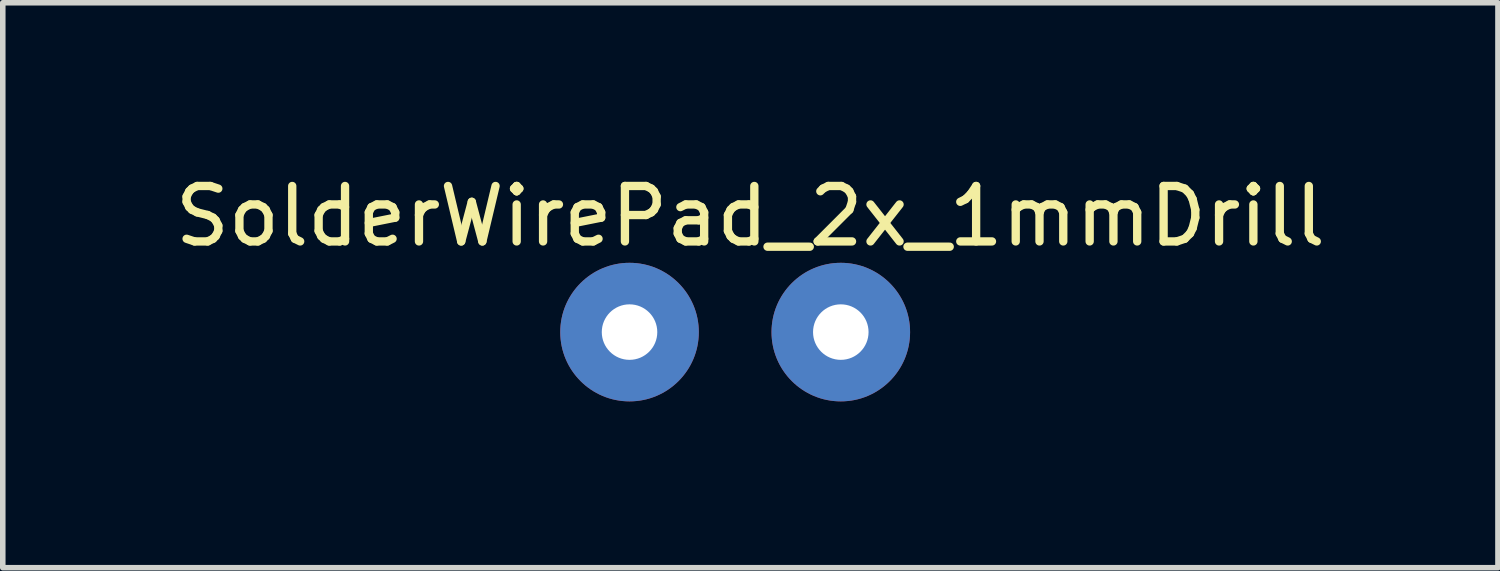
<source format=kicad_pcb>
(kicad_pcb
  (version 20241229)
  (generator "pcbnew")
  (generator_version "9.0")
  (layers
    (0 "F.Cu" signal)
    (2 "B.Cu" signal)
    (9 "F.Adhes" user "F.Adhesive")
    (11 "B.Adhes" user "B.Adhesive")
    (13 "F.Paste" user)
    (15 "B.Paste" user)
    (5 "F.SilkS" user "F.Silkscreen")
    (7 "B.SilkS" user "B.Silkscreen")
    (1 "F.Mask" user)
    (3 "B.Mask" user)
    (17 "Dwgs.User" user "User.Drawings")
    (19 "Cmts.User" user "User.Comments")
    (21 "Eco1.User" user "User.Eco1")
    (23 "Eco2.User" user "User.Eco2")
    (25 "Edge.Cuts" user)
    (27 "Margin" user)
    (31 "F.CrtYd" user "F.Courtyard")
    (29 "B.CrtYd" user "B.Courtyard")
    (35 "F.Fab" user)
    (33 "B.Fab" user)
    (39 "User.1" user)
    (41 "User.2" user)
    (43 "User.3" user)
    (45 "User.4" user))
  (footprint "SolderWirePad_2x_1mmDrill"
    (layer "F.Cu")
    (at 10.208 2.939)
    (property "Reference" "SolderWirePad_2x_1mmDrill" (at 0.274 -2.09 0) (layer "F.SilkS") (effects (font (size 1 1) (thickness 0.15))))
    (attr through_hole)
    (pad "1" thru_hole circle (at -1.905 0) (size 2.499 2.499) (drill 1.001) (layers "*.Cu" "*.Mask"))
    (pad "2" thru_hole circle (at 1.905 0) (size 2.499 2.499) (drill 1.001) (layers "*.Cu" "*.Mask")))
  (gr_rect
    (start -3 -3)
    (end 23.964 7.188)
    (stroke (width 0.1) (type default))
    (fill no)
    (layer "Edge.Cuts")))
</source>
